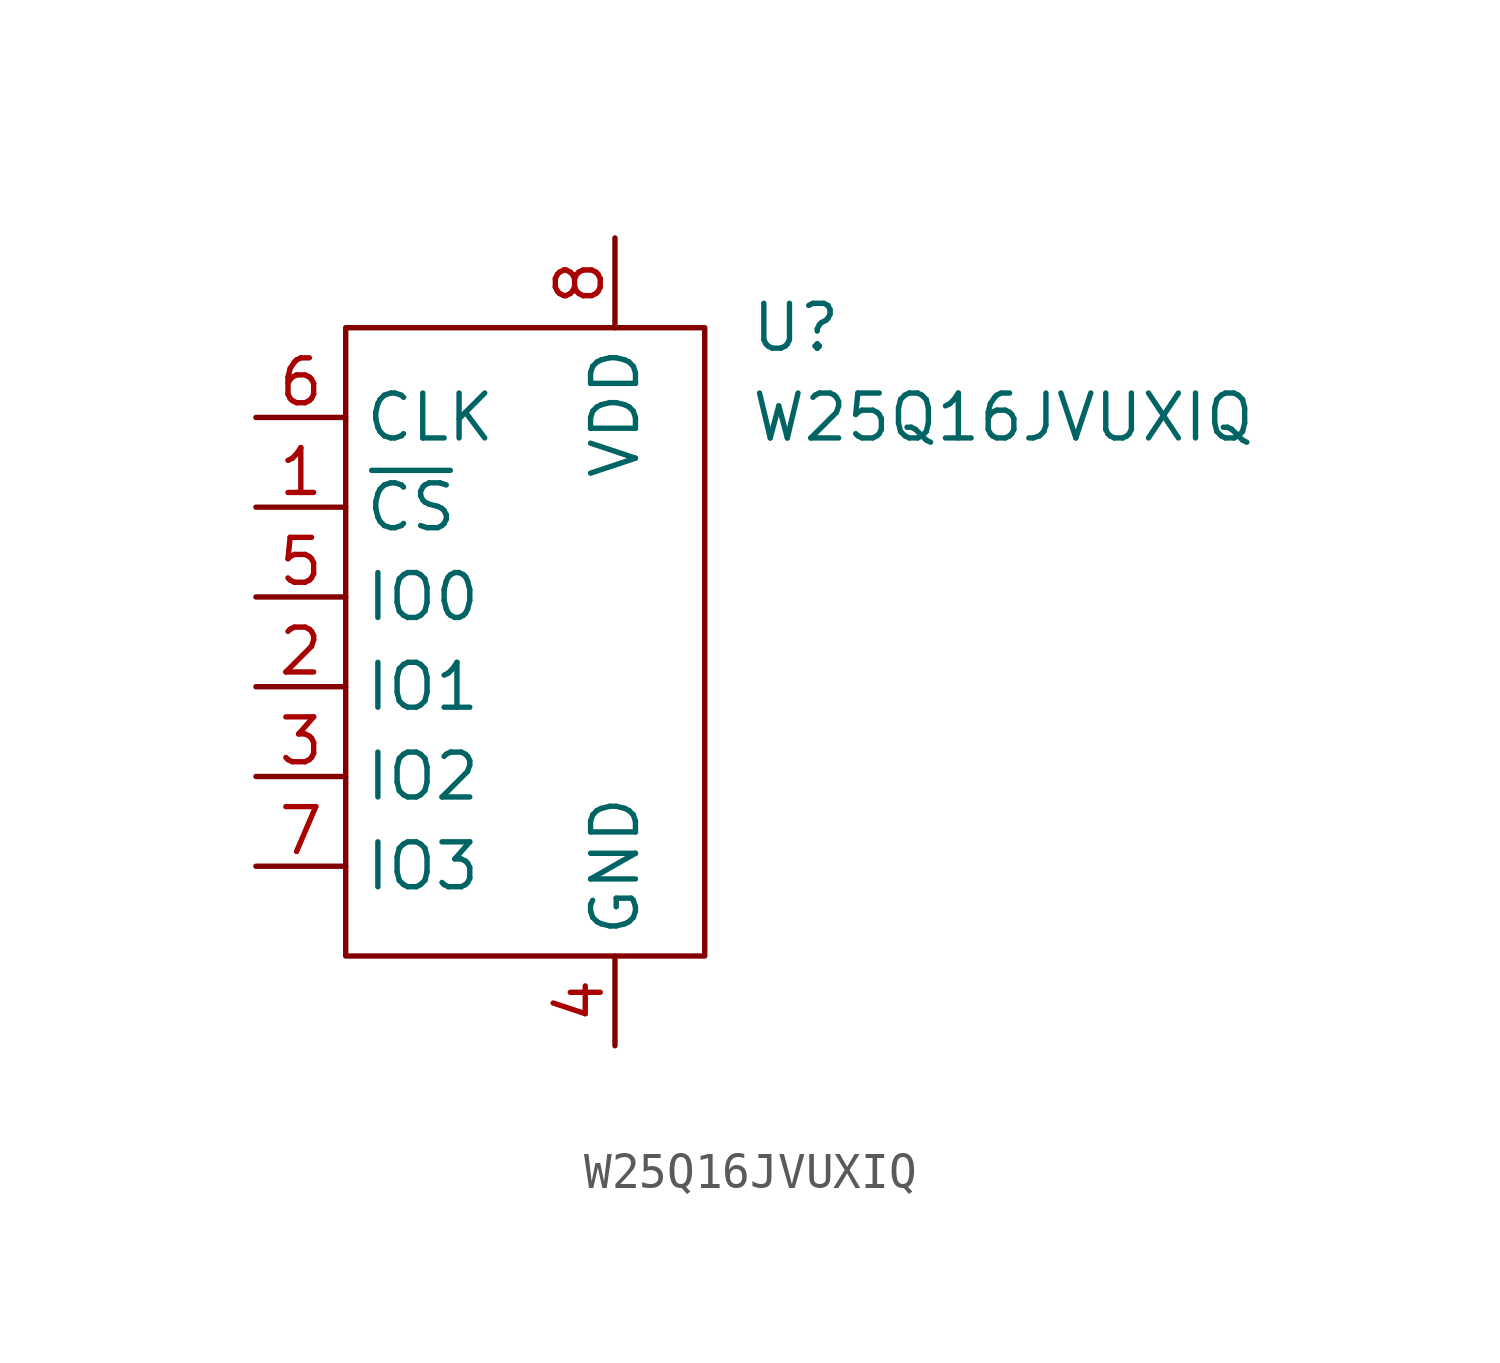
<source format=kicad_sym>
(kicad_symbol_lib
  (version 20220914)
  (generator kicad_symbol_editor)
  (symbol "W25Q16JVUXIQ"
    (property "Reference" "U"
      (at 11.43 0 0)
      (effects (font (size 1.27 1.27)) (justify left)))
    (property "Value" "W25Q16JVUXIQ"
      (at 11.43 -2.54 0)
      (effects (font (size 1.27 1.27)) (justify left)))
    (symbol "W25Q16JVUXIQ_0_0"
      (pin input line (at -2.54 -5.08 0) (length 2.54) (name "~{CS}" (effects (font (size 1.27 1.27)))) (number "1" (effects (font (size 1.27 1.27)))))
      (pin bidirectional line (at -2.54 -10.16 0) (length 2.54) (name "IO1" (effects (font (size 1.27 1.27)))) (number "2" (effects (font (size 1.27 1.27)))))
      (pin bidirectional line (at -2.54 -12.7 0) (length 2.54) (name "IO2" (effects (font (size 1.27 1.27)))) (number "3" (effects (font (size 1.27 1.27)))))
      (pin power_in line (at 7.62 -20.32 90) (length 2.54) (name "GND" (effects (font (size 1.27 1.27)))) (number "4" (effects (font (size 1.27 1.27)))))
      (pin bidirectional line (at -2.54 -7.62 0) (length 2.54) (name "IO0" (effects (font (size 1.27 1.27)))) (number "5" (effects (font (size 1.27 1.27)))))
      (pin input line (at -2.54 -2.54 0) (length 2.54) (name "CLK" (effects (font (size 1.27 1.27)))) (number "6" (effects (font (size 1.27 1.27)))))
      (pin bidirectional line (at -2.54 -15.24 0) (length 2.54) (name "IO3" (effects (font (size 1.27 1.27)))) (number "7" (effects (font (size 1.27 1.27)))))
      (pin power_in line (at 7.62 2.54 270) (length 2.54) (name "VDD" (effects (font (size 1.27 1.27)))) (number "8" (effects (font (size 1.27 1.27))))))
    (symbol "W25Q16JVUXIQ_0_1"
      (rectangle (start 0 0) (end 10.16 -17.78) (stroke (width 0) (type default)) (fill (type none))))))
</source>
